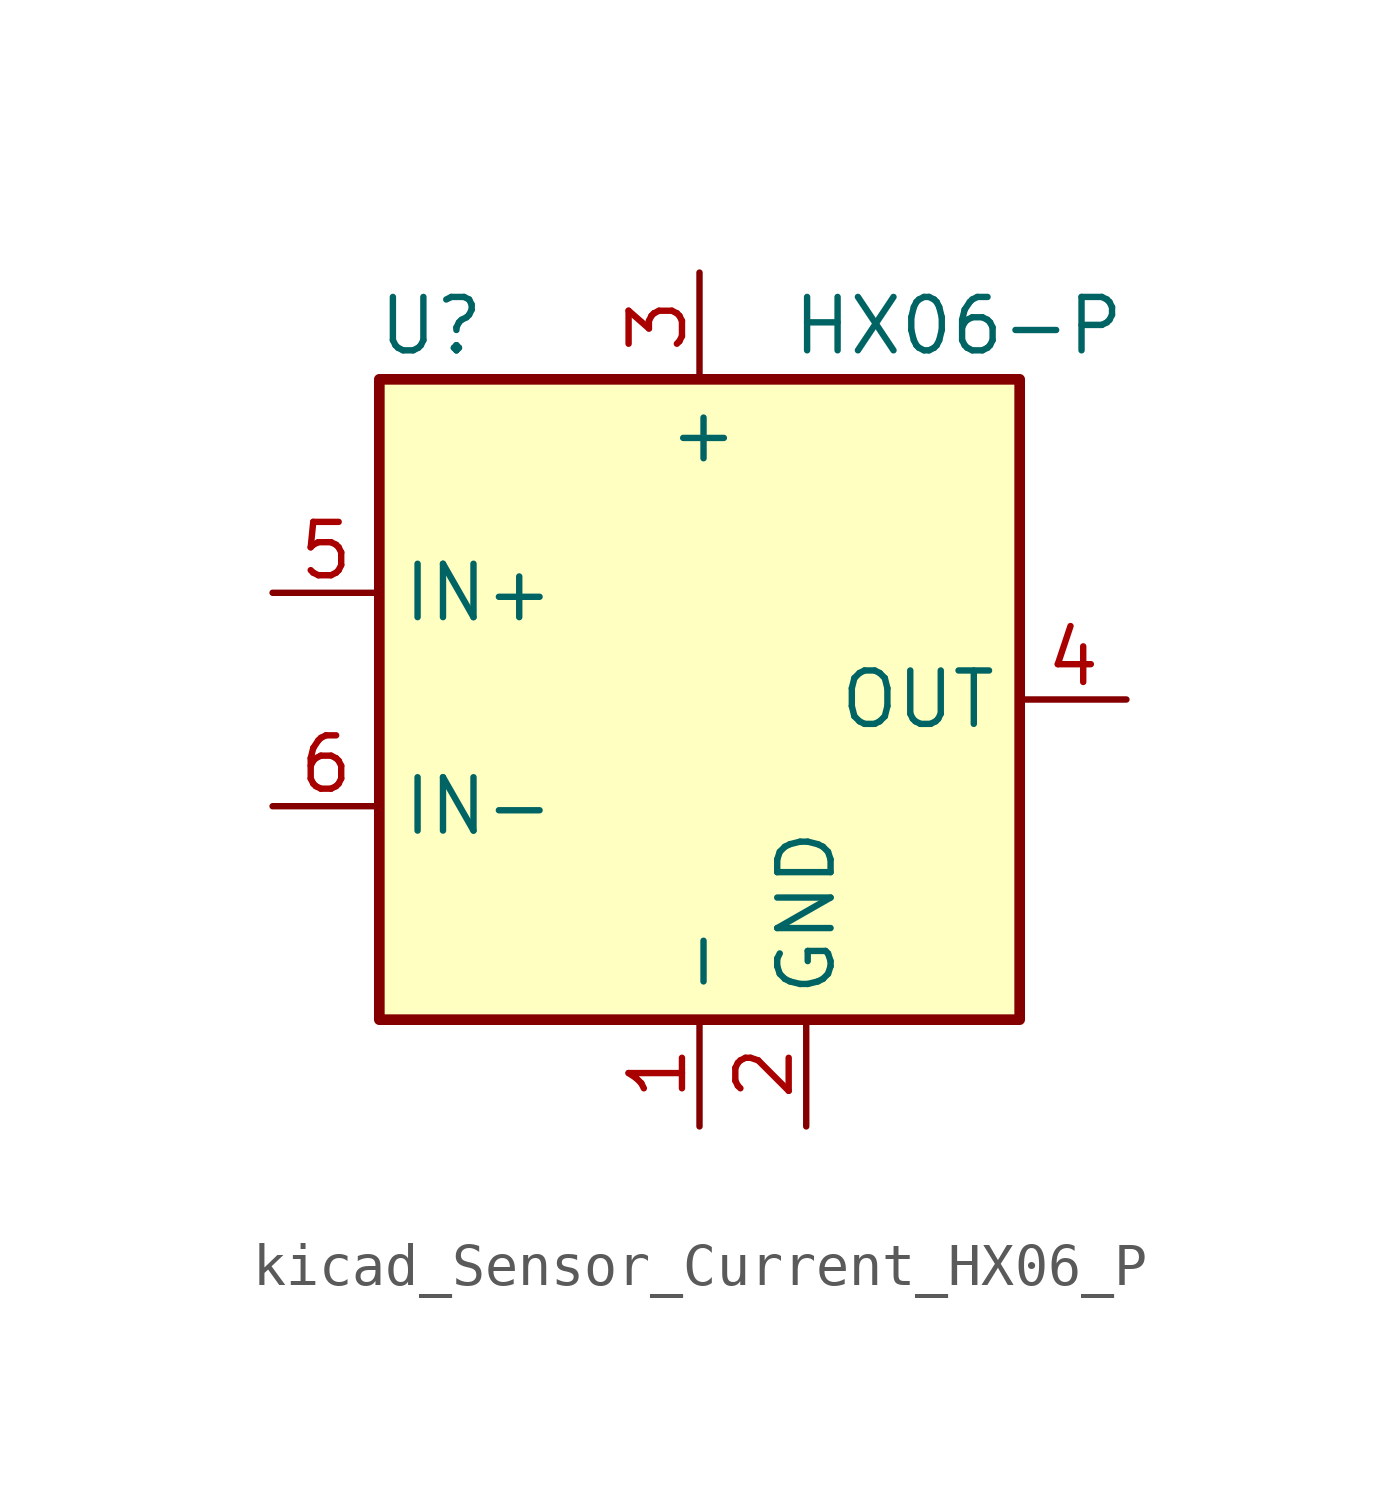
<source format=kicad_sym>
(kicad_symbol_lib
  (version 20220914)
  (generator kicad_symbol_editor)
  (symbol "kicad_Sensor_Current_HX06_P"
    (property "Reference" "U"
      (at -5.08 8.89 0)
      (effects (font (size 1.27 1.27)) (justify right)))
    (property "Value" "HX06-P"
      (at 10.16 8.89 0)
      (effects (font (size 1.27 1.27)) (justify right)))
    (symbol "kicad_Sensor_Current_HX06_P_0_1"
      (rectangle (start -7.62 7.62) (end 7.62 -7.62) (stroke (width 0.254) (type default)) (fill (type background))))
    (symbol "kicad_Sensor_Current_HX06_P_1_1"
      (pin power_in line (at 0 -10.16 90) (length 2.54) (name "-" (effects (font (size 1.27 1.27)))) (number "1" (effects (font (size 1.27 1.27)))))
      (pin power_in line (at 2.54 -10.16 90) (length 2.54) (name "GND" (effects (font (size 1.27 1.27)))) (number "2" (effects (font (size 1.27 1.27)))))
      (pin power_in line (at 0 10.16 270) (length 2.54) (name "+" (effects (font (size 1.27 1.27)))) (number "3" (effects (font (size 1.27 1.27)))))
      (pin output line (at 10.16 0 180) (length 2.54) (name "OUT" (effects (font (size 1.27 1.27)))) (number "4" (effects (font (size 1.27 1.27)))))
      (pin passive line (at -10.16 2.54 0) (length 2.54) (name "IN+" (effects (font (size 1.27 1.27)))) (number "5" (effects (font (size 1.27 1.27)))))
      (pin passive line (at -10.16 -2.54 0) (length 2.54) (name "IN-" (effects (font (size 1.27 1.27)))) (number "6" (effects (font (size 1.27 1.27))))))))
</source>
